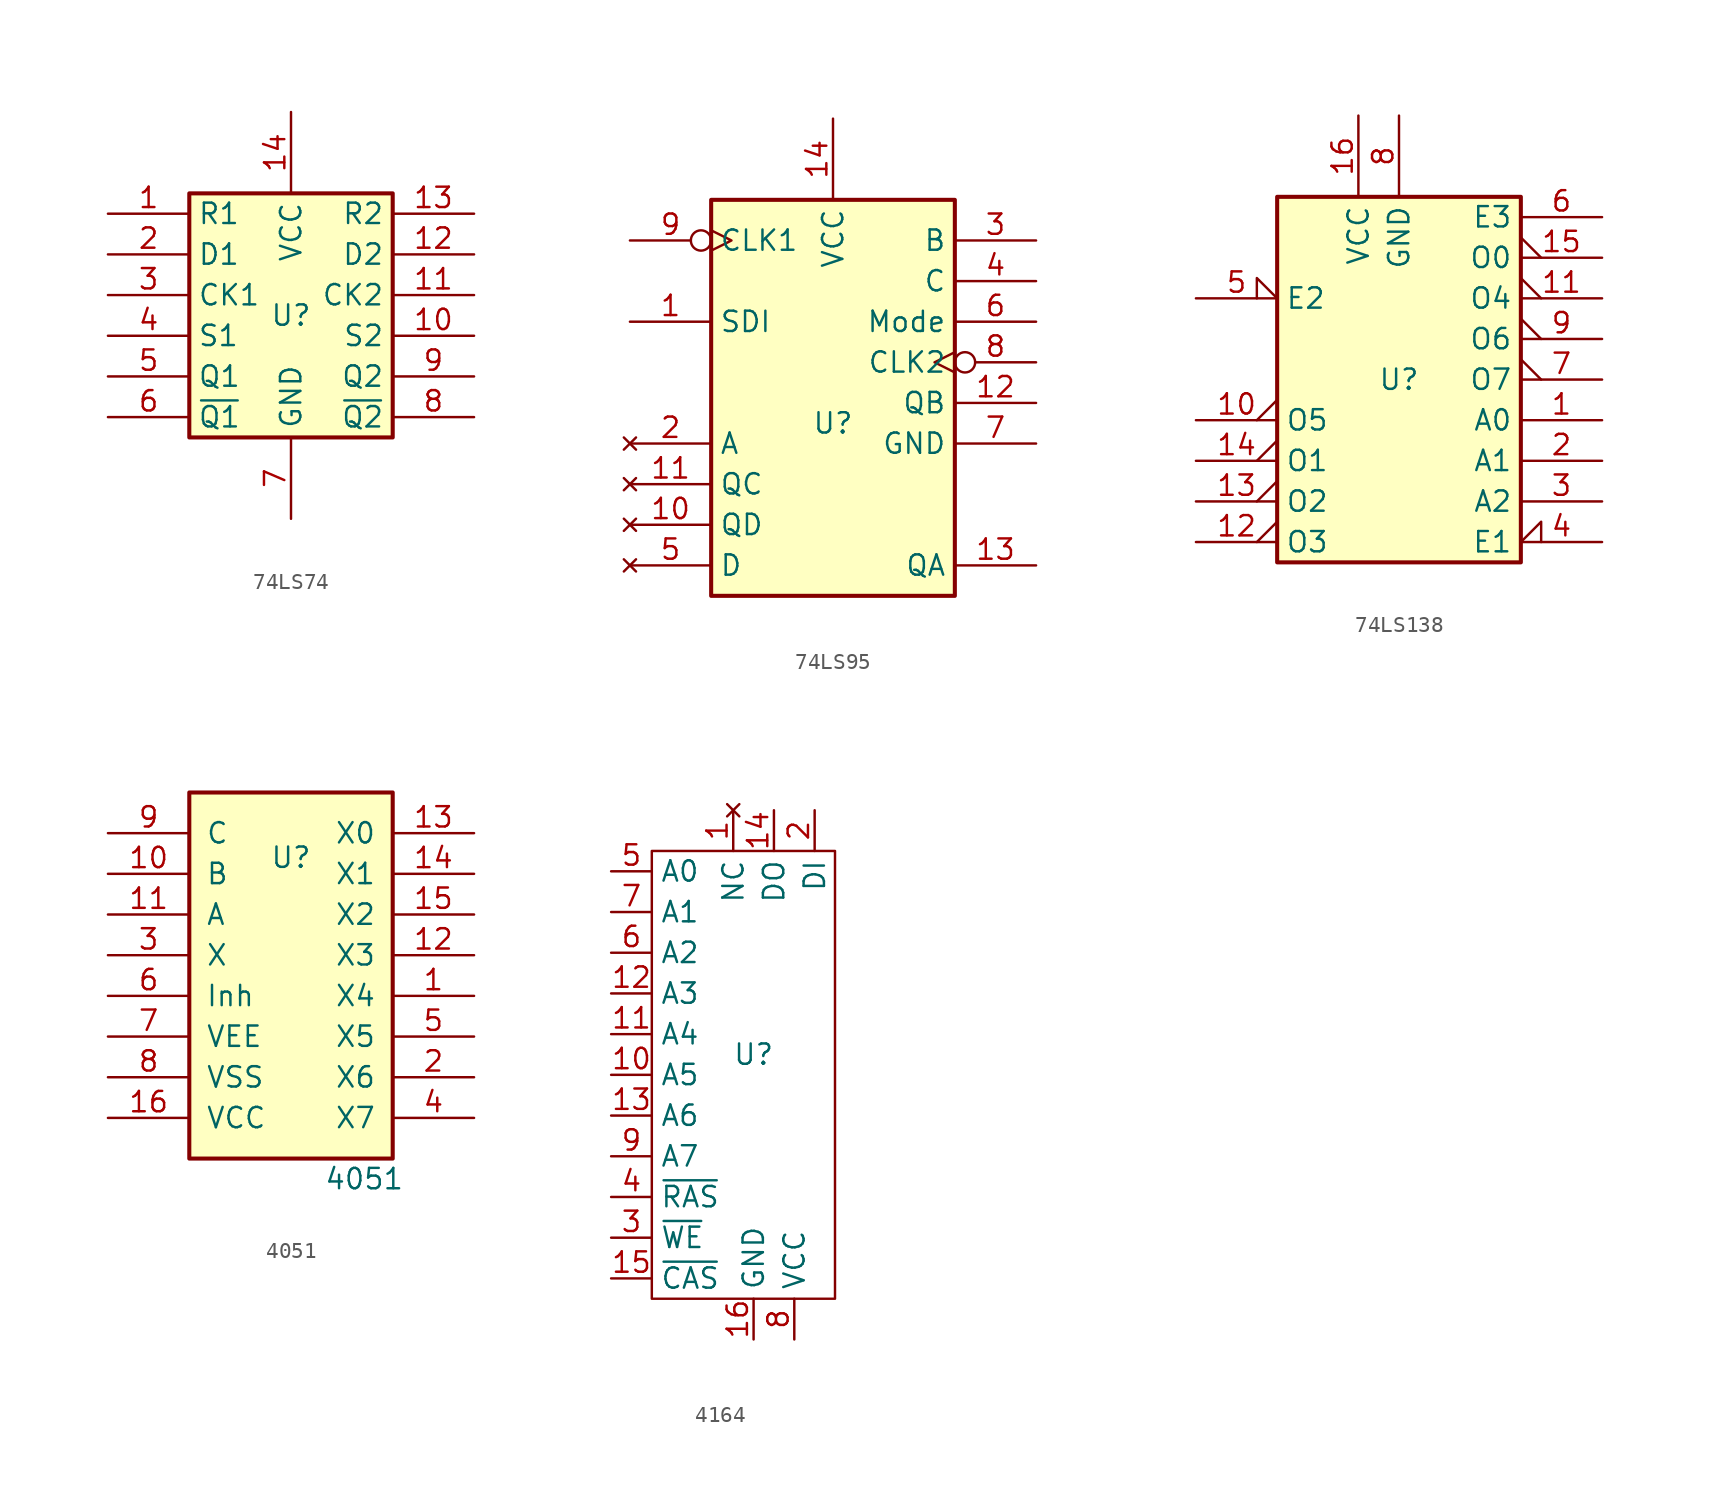
<source format=kicad_sym>
(kicad_symbol_lib
  (version 20241209)
  (generator "kicad_symbol_editor")
  (generator_version "9.0")
  (symbol "74LS74"
    (property "Reference" "U"
      (at 0 0 0)
      (effects (font (size 1.27 1.27))))
    (property "Value" ""
      (at 0 0 0)
      (effects (font (size 1.27 1.27))))
    (symbol "74LS74_1_0"
      (pin input line (at -11.43 6.35 0) (length 5.08) (name "R1" (effects (font (size 1.27 1.27)))) (number "1" (effects (font (size 1.27 1.27)))))
      (pin input line (at -11.43 3.81 0) (length 5.08) (name "D1" (effects (font (size 1.27 1.27)))) (number "2" (effects (font (size 1.27 1.27)))))
      (pin input line (at -11.43 1.27 0) (length 5.08) (name "CK1" (effects (font (size 1.27 1.27)))) (number "3" (effects (font (size 1.27 1.27)))))
      (pin input line (at -11.43 -1.27 0) (length 5.08) (name "S1" (effects (font (size 1.27 1.27)))) (number "4" (effects (font (size 1.27 1.27)))))
      (pin input line (at -11.43 -3.81 0) (length 5.08) (name "Q1" (effects (font (size 1.27 1.27)))) (number "5" (effects (font (size 1.27 1.27)))))
      (pin input line (at -11.43 -6.35 0) (length 5.08) (name "~{Q1}" (effects (font (size 1.27 1.27)))) (number "6" (effects (font (size 1.27 1.27)))))
      (pin power_in line (at 0 12.7 270) (length 5.08) (name "VCC" (effects (font (size 1.27 1.27)))) (number "14" (effects (font (size 1.27 1.27)))))
      (pin power_in line (at 0 -12.7 90) (length 5.08) (name "GND" (effects (font (size 1.27 1.27)))) (number "7" (effects (font (size 1.27 1.27)))))
      (pin output line (at 11.43 6.35 180) (length 5.08) (name "R2" (effects (font (size 1.27 1.27)))) (number "13" (effects (font (size 1.27 1.27)))))
      (pin output line (at 11.43 3.81 180) (length 5.08) (name "D2" (effects (font (size 1.27 1.27)))) (number "12" (effects (font (size 1.27 1.27)))))
      (pin output line (at 11.43 1.27 180) (length 5.08) (name "CK2" (effects (font (size 1.27 1.27)))) (number "11" (effects (font (size 1.27 1.27)))))
      (pin output line (at 11.43 -1.27 180) (length 5.08) (name "S2" (effects (font (size 1.27 1.27)))) (number "10" (effects (font (size 1.27 1.27)))))
      (pin output line (at 11.43 -3.81 180) (length 5.08) (name "Q2" (effects (font (size 1.27 1.27)))) (number "9" (effects (font (size 1.27 1.27)))))
      (pin output line (at 11.43 -6.35 180) (length 5.08) (name "~{Q2}" (effects (font (size 1.27 1.27)))) (number "8" (effects (font (size 1.27 1.27))))))
    (symbol "74LS74_1_1"
      (rectangle (start -6.35 7.62) (end 6.35 -7.62) (stroke (width 0.254) (type default)) (fill (type background)))))
  (symbol "74LS95"
    (property "Reference" "U"
      (at 0 0 0)
      (effects (font (size 1.27 1.27))))
    (property "Value" ""
      (at 0 0 0)
      (effects (font (size 1.27 1.27))))
    (symbol "74LS95_1_0"
      (pin input inverted_clock (at -12.7 11.43 0) (length 5.08) (name "CLK1" (effects (font (size 1.27 1.27)))) (number "9" (effects (font (size 1.27 1.27)))))
      (pin input line (at -12.7 6.35 0) (length 5.08) (name "SDI" (effects (font (size 1.27 1.27)))) (number "1" (effects (font (size 1.27 1.27)))))
      (pin no_connect line (at -12.7 -1.27 0) (length 5.08) (name "A" (effects (font (size 1.27 1.27)))) (number "2" (effects (font (size 1.27 1.27)))))
      (pin no_connect line (at -12.7 -3.81 0) (length 5.08) (name "QC" (effects (font (size 1.27 1.27)))) (number "11" (effects (font (size 1.27 1.27)))))
      (pin no_connect line (at -12.7 -6.35 0) (length 5.08) (name "QD" (effects (font (size 1.27 1.27)))) (number "10" (effects (font (size 1.27 1.27)))))
      (pin no_connect line (at -12.7 -8.89 0) (length 5.08) (name "D" (effects (font (size 1.27 1.27)))) (number "5" (effects (font (size 1.27 1.27)))))
      (pin power_in line (at 0 19.05 270) (length 5.08) (name "VCC" (effects (font (size 1.27 1.27)))) (number "14" (effects (font (size 1.27 1.27)))))
      (pin input line (at 12.7 11.43 180) (length 5.08) (name "B" (effects (font (size 1.27 1.27)))) (number "3" (effects (font (size 1.27 1.27)))))
      (pin input line (at 12.7 8.89 180) (length 5.08) (name "C" (effects (font (size 1.27 1.27)))) (number "4" (effects (font (size 1.27 1.27)))))
      (pin input line (at 12.7 6.35 180) (length 5.08) (name "Mode" (effects (font (size 1.27 1.27)))) (number "6" (effects (font (size 1.27 1.27)))))
      (pin input inverted_clock (at 12.7 3.81 180) (length 5.08) (name "CLK2" (effects (font (size 1.27 1.27)))) (number "8" (effects (font (size 1.27 1.27)))))
      (pin output line (at 12.7 1.27 180) (length 5.08) (name "QB" (effects (font (size 1.27 1.27)))) (number "12" (effects (font (size 1.27 1.27)))))
      (pin power_in line (at 12.7 -1.27 180) (length 5.08) (name "GND" (effects (font (size 1.27 1.27)))) (number "7" (effects (font (size 1.27 1.27)))))
      (pin output line (at 12.7 -8.89 180) (length 5.08) (name "QA" (effects (font (size 1.27 1.27)))) (number "13" (effects (font (size 1.27 1.27))))))
    (symbol "74LS95_1_1"
      (rectangle (start -7.62 13.97) (end 7.62 -10.795) (stroke (width 0.254) (type default)) (fill (type background)))))
  (symbol "74LS138"
    (property "Reference" "U"
      (at 0 0 0)
      (effects (font (size 1.27 1.27))))
    (property "Value" ""
      (at 0 0 0)
      (effects (font (size 1.27 1.27))))
    (symbol "74LS138_1_0"
      (pin input input_low (at -12.7 5.08 0) (length 5.08) (name "E2" (effects (font (size 1.27 1.27)))) (number "5" (effects (font (size 1.27 1.27)))))
      (pin output output_low (at -12.7 -2.54 0) (length 5.08) (name "O5" (effects (font (size 1.27 1.27)))) (number "10" (effects (font (size 1.27 1.27)))))
      (pin output output_low (at -12.7 -5.08 0) (length 5.08) (name "O1" (effects (font (size 1.27 1.27)))) (number "14" (effects (font (size 1.27 1.27)))))
      (pin output output_low (at -12.7 -7.62 0) (length 5.08) (name "O2" (effects (font (size 1.27 1.27)))) (number "13" (effects (font (size 1.27 1.27)))))
      (pin output output_low (at -12.7 -10.16 0) (length 5.08) (name "O3" (effects (font (size 1.27 1.27)))) (number "12" (effects (font (size 1.27 1.27)))))
      (pin power_in line (at -2.54 16.51 270) (length 5.08) (name "VCC" (effects (font (size 1.27 1.27)))) (number "16" (effects (font (size 1.27 1.27)))))
      (pin power_in line (at 0 16.51 270) (length 5.08) (name "GND" (effects (font (size 1.27 1.27)))) (number "8" (effects (font (size 1.27 1.27)))))
      (pin input line (at 12.7 10.16 180) (length 5.08) (name "E3" (effects (font (size 1.27 1.27)))) (number "6" (effects (font (size 1.27 1.27)))))
      (pin output output_low (at 12.7 7.62 180) (length 5.08) (name "O0" (effects (font (size 1.27 1.27)))) (number "15" (effects (font (size 1.27 1.27)))))
      (pin output output_low (at 12.7 5.08 180) (length 5.08) (name "O4" (effects (font (size 1.27 1.27)))) (number "11" (effects (font (size 1.27 1.27)))))
      (pin output output_low (at 12.7 2.54 180) (length 5.08) (name "O6" (effects (font (size 1.27 1.27)))) (number "9" (effects (font (size 1.27 1.27)))))
      (pin output output_low (at 12.7 0 180) (length 5.08) (name "O7" (effects (font (size 1.27 1.27)))) (number "7" (effects (font (size 1.27 1.27)))))
      (pin input line (at 12.7 -2.54 180) (length 5.08) (name "A0" (effects (font (size 1.27 1.27)))) (number "1" (effects (font (size 1.27 1.27)))))
      (pin input line (at 12.7 -5.08 180) (length 5.08) (name "A1" (effects (font (size 1.27 1.27)))) (number "2" (effects (font (size 1.27 1.27)))))
      (pin input line (at 12.7 -7.62 180) (length 5.08) (name "A2" (effects (font (size 1.27 1.27)))) (number "3" (effects (font (size 1.27 1.27)))))
      (pin input input_low (at 12.7 -10.16 180) (length 5.08) (name "E1" (effects (font (size 1.27 1.27)))) (number "4" (effects (font (size 1.27 1.27))))))
    (symbol "74LS138_1_1"
      (rectangle (start -7.62 11.43) (end 7.62 -11.43) (stroke (width 0.254) (type default)) (fill (type background)))))
  (symbol "4051"
    (pin_names
      (offset 1.016))
    (property "Reference" "U"
      (at 0 7.366 0)
      (effects (font (size 1.27 1.27))))
    (property "Value" "4051"
      (at 4.572 -12.7 0)
      (effects (font (size 1.27 1.27))))
    (symbol "4051_1_0"
      (pin input line (at -11.43 8.89 0) (length 5.08) (name "C" (effects (font (size 1.27 1.27)))) (number "9" (effects (font (size 1.27 1.27)))))
      (pin input line (at -11.43 6.35 0) (length 5.08) (name "B" (effects (font (size 1.27 1.27)))) (number "10" (effects (font (size 1.27 1.27)))))
      (pin input line (at -11.43 3.81 0) (length 5.08) (name "A" (effects (font (size 1.27 1.27)))) (number "11" (effects (font (size 1.27 1.27)))))
      (pin passive line (at -11.43 1.27 0) (length 5.08) (name "X" (effects (font (size 1.27 1.27)))) (number "3" (effects (font (size 1.27 1.27)))))
      (pin input line (at -11.43 -1.27 0) (length 5.08) (name "Inh" (effects (font (size 1.27 1.27)))) (number "6" (effects (font (size 1.27 1.27)))))
      (pin power_in line (at -11.43 -3.81 0) (length 5.08) (name "VEE" (effects (font (size 1.27 1.27)))) (number "7" (effects (font (size 1.27 1.27)))))
      (pin power_in line (at -11.43 -6.35 0) (length 5.08) (name "VSS" (effects (font (size 1.27 1.27)))) (number "8" (effects (font (size 1.27 1.27)))))
      (pin power_in line (at -11.43 -8.89 0) (length 5.08) (name "VCC" (effects (font (size 1.27 1.27)))) (number "16" (effects (font (size 1.27 1.27)))))
      (pin passive line (at 11.43 8.89 180) (length 5.08) (name "X0" (effects (font (size 1.27 1.27)))) (number "13" (effects (font (size 1.27 1.27)))))
      (pin passive line (at 11.43 6.35 180) (length 5.08) (name "X1" (effects (font (size 1.27 1.27)))) (number "14" (effects (font (size 1.27 1.27)))))
      (pin passive line (at 11.43 3.81 180) (length 5.08) (name "X2" (effects (font (size 1.27 1.27)))) (number "15" (effects (font (size 1.27 1.27)))))
      (pin passive line (at 11.43 1.27 180) (length 5.08) (name "X3" (effects (font (size 1.27 1.27)))) (number "12" (effects (font (size 1.27 1.27)))))
      (pin passive line (at 11.43 -1.27 180) (length 5.08) (name "X4" (effects (font (size 1.27 1.27)))) (number "1" (effects (font (size 1.27 1.27)))))
      (pin passive line (at 11.43 -3.81 180) (length 5.08) (name "X5" (effects (font (size 1.27 1.27)))) (number "5" (effects (font (size 1.27 1.27)))))
      (pin passive line (at 11.43 -6.35 180) (length 5.08) (name "X6" (effects (font (size 1.27 1.27)))) (number "2" (effects (font (size 1.27 1.27)))))
      (pin passive line (at 11.43 -8.89 180) (length 5.08) (name "X7" (effects (font (size 1.27 1.27)))) (number "4" (effects (font (size 1.27 1.27))))))
    (symbol "4051_1_1"
      (rectangle (start -6.35 11.43) (end 6.35 -11.43) (stroke (width 0.254) (type default)) (fill (type background)))))
  (symbol "4164"
    (property "Reference" "U"
      (at 0 0 0)
      (effects (font (size 1.27 1.27))))
    (property "Value" ""
      (at 0 0 0)
      (effects (font (size 1.27 1.27))))
    (symbol "4164_0_0"
      (pin input line (at -8.89 11.43 0) (length 2.54) (name "A0" (effects (font (size 1.27 1.27)))) (number "5" (effects (font (size 1.27 1.27)))))
      (pin input line (at -8.89 8.89 0) (length 2.54) (name "A1" (effects (font (size 1.27 1.27)))) (number "7" (effects (font (size 1.27 1.27)))))
      (pin input line (at -8.89 6.35 0) (length 2.54) (name "A2" (effects (font (size 1.27 1.27)))) (number "6" (effects (font (size 1.27 1.27)))))
      (pin input line (at -8.89 -3.81 0) (length 2.54) (name "A6" (effects (font (size 1.27 1.27)))) (number "13" (effects (font (size 1.27 1.27)))))
      (pin input line (at -8.89 -6.35 0) (length 2.54) (name "A7" (effects (font (size 1.27 1.27)))) (number "9" (effects (font (size 1.27 1.27)))))
      (pin input line (at -8.89 -8.89 0) (length 2.54) (name "~{RAS}" (effects (font (size 1.27 1.27)))) (number "4" (effects (font (size 1.27 1.27)))))
      (pin input line (at -8.89 -11.43 0) (length 2.54) (name "~{WE}" (effects (font (size 1.27 1.27)))) (number "3" (effects (font (size 1.27 1.27)))))
      (pin input line (at -8.89 -13.97 0) (length 2.54) (name "~{CAS}" (effects (font (size 1.27 1.27)))) (number "15" (effects (font (size 1.27 1.27)))))
      (pin no_connect line (at -1.27 15.24 270) (length 2.54) (name "NC" (effects (font (size 1.27 1.27)))) (number "1" (effects (font (size 1.27 1.27)))))
      (pin power_in line (at 0 -17.78 90) (length 2.54) (name "GND" (effects (font (size 1.27 1.27)))) (number "16" (effects (font (size 1.27 1.27)))))
      (pin output line (at 1.27 15.24 270) (length 2.54) (name "DO" (effects (font (size 1.27 1.27)))) (number "14" (effects (font (size 1.27 1.27)))))
      (pin power_in line (at 2.54 -17.78 90) (length 2.54) (name "VCC" (effects (font (size 1.27 1.27)))) (number "8" (effects (font (size 1.27 1.27)))))
      (pin input line (at 3.81 15.24 270) (length 2.54) (name "DI" (effects (font (size 1.27 1.27)))) (number "2" (effects (font (size 1.27 1.27))))))
    (symbol "4164_0_1"
      (rectangle (start -6.35 12.7) (end 5.08 -15.24) (stroke (width 0) (type default)) (fill (type none))))
    (symbol "4164_1_0"
      (pin input line (at -8.89 3.81 0) (length 2.54) (name "A3" (effects (font (size 1.27 1.27)))) (number "12" (effects (font (size 1.27 1.27)))))
      (pin input line (at -8.89 1.27 0) (length 2.54) (name "A4" (effects (font (size 1.27 1.27)))) (number "11" (effects (font (size 1.27 1.27)))))
      (pin input line (at -8.89 -1.27 0) (length 2.54) (name "A5" (effects (font (size 1.27 1.27)))) (number "10" (effects (font (size 1.27 1.27))))))))
</source>
